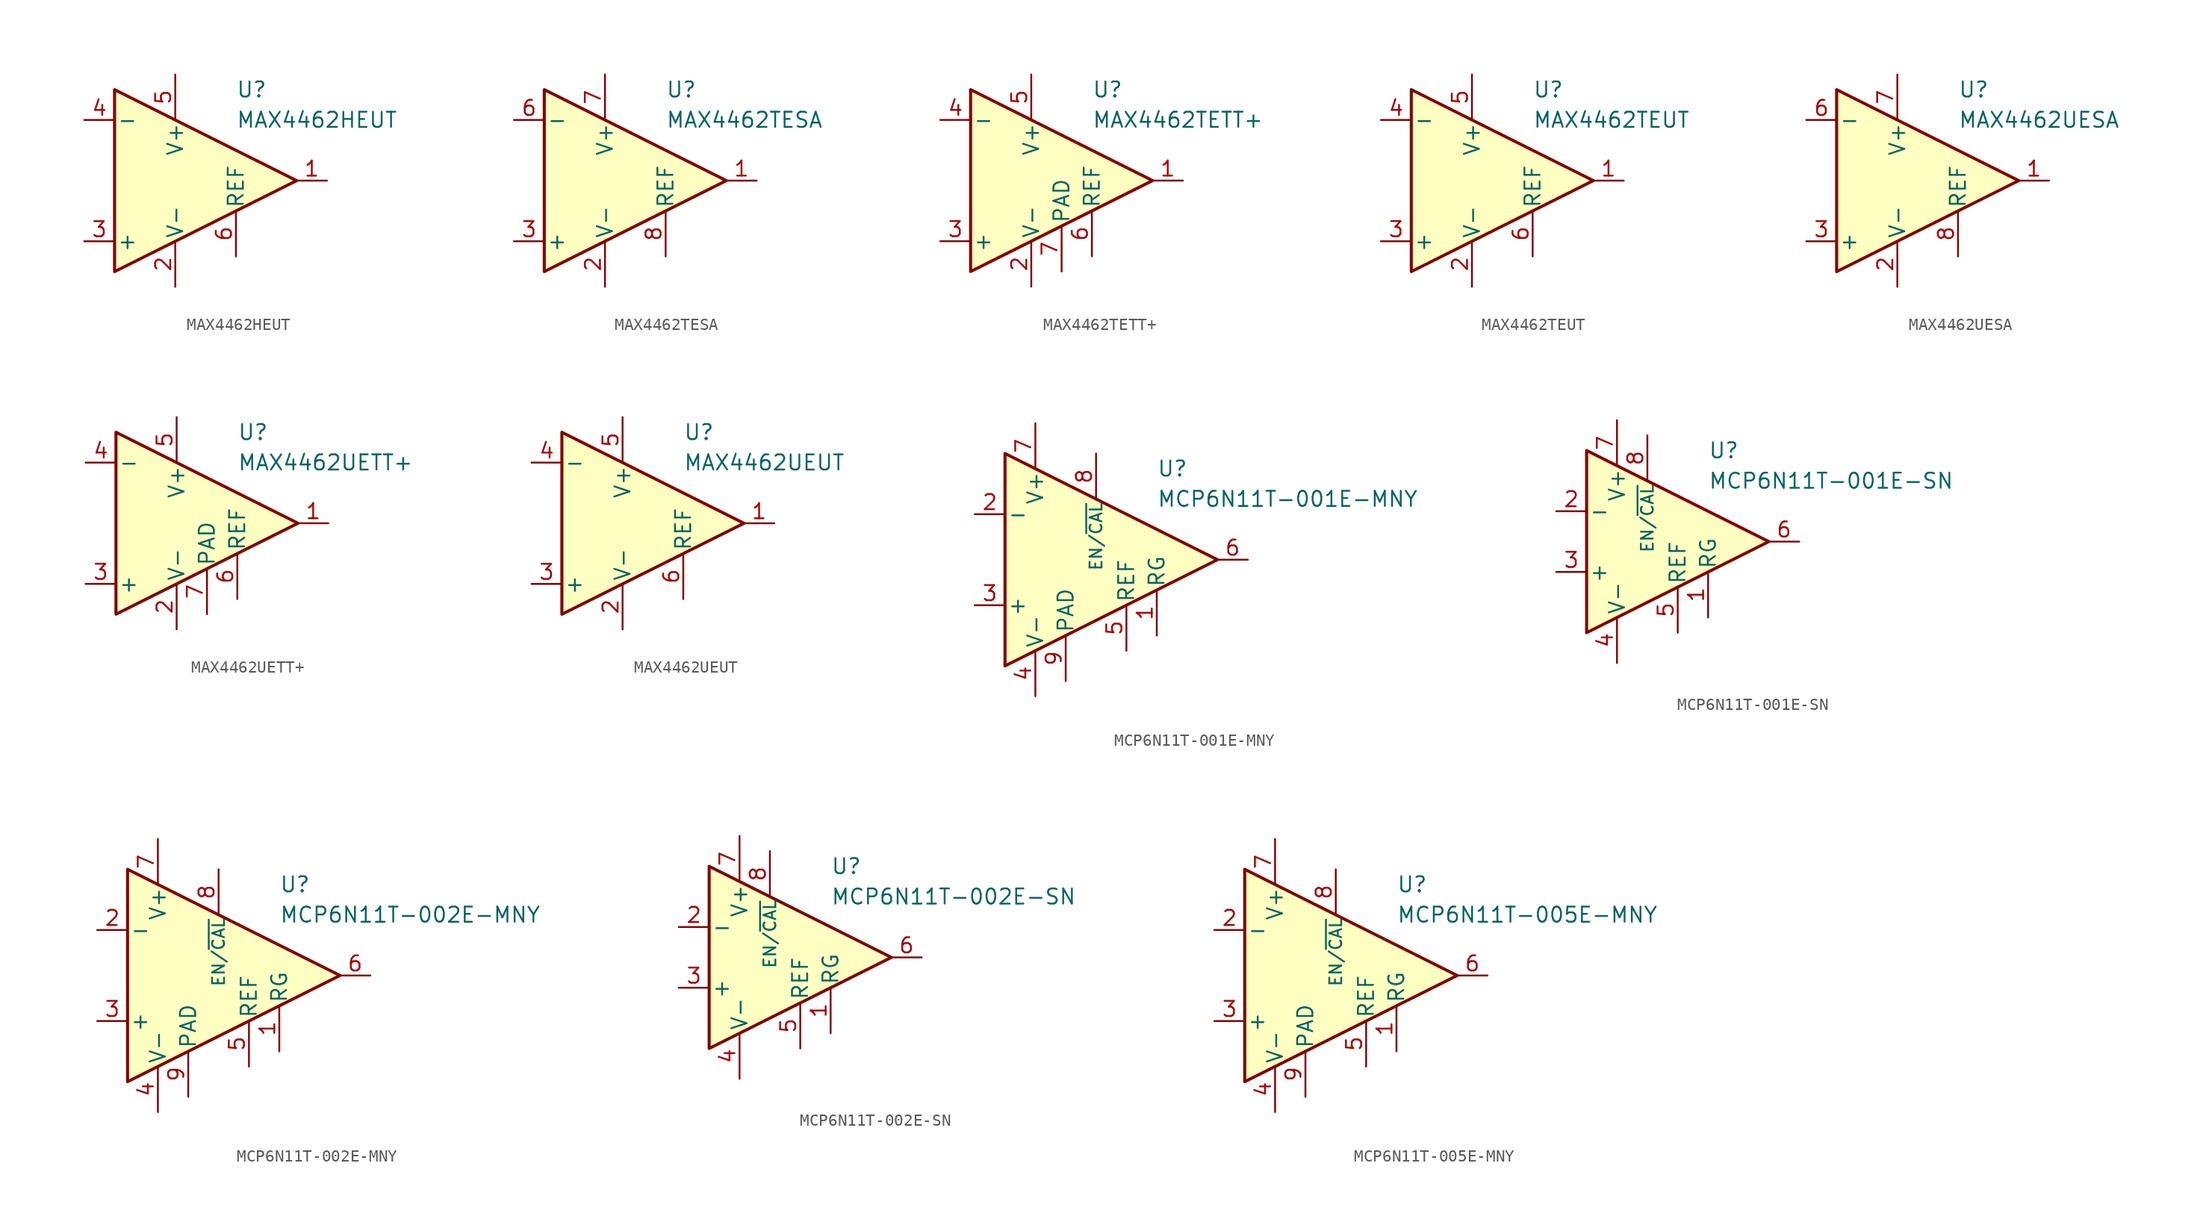
<source format=kicad_sym>
(kicad_symbol_lib
  (version 20231120)
  (generator "kicad_symbol_editor")
  (generator_version "8.0")
  (symbol "MAX4462HEUT"
    (pin_names
      (offset 0.2))
    (property "Reference" "U"
      (at 6.35 7.62 0)
      (effects (font (size 1.27 1.27)) (justify left)))
    (property "Value" "MAX4462HEUT"
      (at 6.35 5.08 0)
      (effects (font (size 1.27 1.27)) (justify left)))
    (symbol "MAX4462HEUT_0_1"
      (polyline (pts (xy -3.81 7.62) (xy -3.81 -7.62) (xy 11.43 0) (xy -3.81 7.62)) (stroke (width 0.254) (type default)) (fill (type background))))
    (symbol "MAX4462HEUT_1_1"
      (pin output line (at 13.97 0 180) (length 2.54) (name "~" (effects (font (size 1.27 1.27)))) (number "1" (effects (font (size 1.27 1.27)))))
      (pin power_in line (at 1.27 -8.89 90) (length 3.81) (name "V-" (effects (font (size 1.27 1.27)))) (number "2" (effects (font (size 1.27 1.27)))))
      (pin input line (at -6.35 -5.08 0) (length 2.54) (name "+" (effects (font (size 1.27 1.27)))) (number "3" (effects (font (size 1.27 1.27)))))
      (pin input line (at -6.35 5.08 0) (length 2.54) (name "-" (effects (font (size 1.27 1.27)))) (number "4" (effects (font (size 1.27 1.27)))))
      (pin power_in line (at 1.27 8.89 270) (length 3.81) (name "V+" (effects (font (size 1.27 1.27)))) (number "5" (effects (font (size 1.27 1.27)))))
      (pin input line (at 6.35 -6.35 90) (length 3.81) (name "REF" (effects (font (size 1.27 1.27)))) (number "6" (effects (font (size 1.27 1.27)))))))
  (symbol "MAX4462TESA"
    (pin_names
      (offset 0.2))
    (property "Reference" "U"
      (at 6.35 7.62 0)
      (effects (font (size 1.27 1.27)) (justify left)))
    (property "Value" "MAX4462TESA"
      (at 6.35 5.08 0)
      (effects (font (size 1.27 1.27)) (justify left)))
    (symbol "MAX4462TESA_0_1"
      (polyline (pts (xy -3.81 7.62) (xy -3.81 -7.62) (xy 11.43 0) (xy -3.81 7.62)) (stroke (width 0.254) (type default)) (fill (type background))))
    (symbol "MAX4462TESA_1_1"
      (pin output line (at 13.97 0 180) (length 2.54) (name "~" (effects (font (size 1.27 1.27)))) (number "1" (effects (font (size 1.27 1.27)))))
      (pin power_in line (at 1.27 -8.89 90) (length 3.81) (name "V-" (effects (font (size 1.27 1.27)))) (number "2" (effects (font (size 1.27 1.27)))))
      (pin input line (at -6.35 -5.08 0) (length 2.54) (name "+" (effects (font (size 1.27 1.27)))) (number "3" (effects (font (size 1.27 1.27)))))
      (pin free line (at -1.27 1.27 0) (length 2.54) hide (name "NC" (effects (font (size 1.27 1.27)))) (number "4" (effects (font (size 1.27 1.27)))))
      (pin free line (at -1.27 -1.27 0) (length 2.54) hide (name "NC" (effects (font (size 1.27 1.27)))) (number "5" (effects (font (size 1.27 1.27)))))
      (pin input line (at -6.35 5.08 0) (length 2.54) (name "-" (effects (font (size 1.27 1.27)))) (number "6" (effects (font (size 1.27 1.27)))))
      (pin power_in line (at 1.27 8.89 270) (length 3.81) (name "V+" (effects (font (size 1.27 1.27)))) (number "7" (effects (font (size 1.27 1.27)))))
      (pin input line (at 6.35 -6.35 90) (length 3.81) (name "REF" (effects (font (size 1.27 1.27)))) (number "8" (effects (font (size 1.27 1.27)))))))
  (symbol "MAX4462TETT+"
    (pin_names
      (offset 0.2))
    (property "Reference" "U"
      (at 6.35 7.62 0)
      (effects (font (size 1.27 1.27)) (justify left)))
    (property "Value" "MAX4462TETT+"
      (at 6.35 5.08 0)
      (effects (font (size 1.27 1.27)) (justify left)))
    (symbol "MAX4462TETT+_0_1"
      (polyline (pts (xy -3.81 7.62) (xy -3.81 -7.62) (xy 11.43 0) (xy -3.81 7.62)) (stroke (width 0.254) (type default)) (fill (type background))))
    (symbol "MAX4462TETT+_1_1"
      (pin output line (at 13.97 0 180) (length 2.54) (name "~" (effects (font (size 1.27 1.27)))) (number "1" (effects (font (size 1.27 1.27)))))
      (pin power_in line (at 1.27 -8.89 90) (length 3.81) (name "V-" (effects (font (size 1.27 1.27)))) (number "2" (effects (font (size 1.27 1.27)))))
      (pin input line (at -6.35 -5.08 0) (length 2.54) (name "+" (effects (font (size 1.27 1.27)))) (number "3" (effects (font (size 1.27 1.27)))))
      (pin input line (at -6.35 5.08 0) (length 2.54) (name "-" (effects (font (size 1.27 1.27)))) (number "4" (effects (font (size 1.27 1.27)))))
      (pin power_in line (at 1.27 8.89 270) (length 3.81) (name "V+" (effects (font (size 1.27 1.27)))) (number "5" (effects (font (size 1.27 1.27)))))
      (pin input line (at 6.35 -6.35 90) (length 3.81) (name "REF" (effects (font (size 1.27 1.27)))) (number "6" (effects (font (size 1.27 1.27)))))
      (pin power_in line (at 3.81 -7.62 90) (length 3.81) (name "PAD" (effects (font (size 1.27 1.27)))) (number "7" (effects (font (size 1.27 1.27)))))))
  (symbol "MAX4462TEUT"
    (pin_names
      (offset 0.2))
    (property "Reference" "U"
      (at 6.35 7.62 0)
      (effects (font (size 1.27 1.27)) (justify left)))
    (property "Value" "MAX4462TEUT"
      (at 6.35 5.08 0)
      (effects (font (size 1.27 1.27)) (justify left)))
    (symbol "MAX4462TEUT_0_1"
      (polyline (pts (xy -3.81 7.62) (xy -3.81 -7.62) (xy 11.43 0) (xy -3.81 7.62)) (stroke (width 0.254) (type default)) (fill (type background))))
    (symbol "MAX4462TEUT_1_1"
      (pin output line (at 13.97 0 180) (length 2.54) (name "~" (effects (font (size 1.27 1.27)))) (number "1" (effects (font (size 1.27 1.27)))))
      (pin power_in line (at 1.27 -8.89 90) (length 3.81) (name "V-" (effects (font (size 1.27 1.27)))) (number "2" (effects (font (size 1.27 1.27)))))
      (pin input line (at -6.35 -5.08 0) (length 2.54) (name "+" (effects (font (size 1.27 1.27)))) (number "3" (effects (font (size 1.27 1.27)))))
      (pin input line (at -6.35 5.08 0) (length 2.54) (name "-" (effects (font (size 1.27 1.27)))) (number "4" (effects (font (size 1.27 1.27)))))
      (pin power_in line (at 1.27 8.89 270) (length 3.81) (name "V+" (effects (font (size 1.27 1.27)))) (number "5" (effects (font (size 1.27 1.27)))))
      (pin input line (at 6.35 -6.35 90) (length 3.81) (name "REF" (effects (font (size 1.27 1.27)))) (number "6" (effects (font (size 1.27 1.27)))))))
  (symbol "MAX4462UESA"
    (pin_names
      (offset 0.2))
    (property "Reference" "U"
      (at 6.35 7.62 0)
      (effects (font (size 1.27 1.27)) (justify left)))
    (property "Value" "MAX4462UESA"
      (at 6.35 5.08 0)
      (effects (font (size 1.27 1.27)) (justify left)))
    (symbol "MAX4462UESA_0_1"
      (polyline (pts (xy -3.81 7.62) (xy -3.81 -7.62) (xy 11.43 0) (xy -3.81 7.62)) (stroke (width 0.254) (type default)) (fill (type background))))
    (symbol "MAX4462UESA_1_1"
      (pin output line (at 13.97 0 180) (length 2.54) (name "~" (effects (font (size 1.27 1.27)))) (number "1" (effects (font (size 1.27 1.27)))))
      (pin power_in line (at 1.27 -8.89 90) (length 3.81) (name "V-" (effects (font (size 1.27 1.27)))) (number "2" (effects (font (size 1.27 1.27)))))
      (pin input line (at -6.35 -5.08 0) (length 2.54) (name "+" (effects (font (size 1.27 1.27)))) (number "3" (effects (font (size 1.27 1.27)))))
      (pin free line (at -1.27 1.27 0) (length 2.54) hide (name "NC" (effects (font (size 1.27 1.27)))) (number "4" (effects (font (size 1.27 1.27)))))
      (pin free line (at -1.27 -1.27 0) (length 2.54) hide (name "NC" (effects (font (size 1.27 1.27)))) (number "5" (effects (font (size 1.27 1.27)))))
      (pin input line (at -6.35 5.08 0) (length 2.54) (name "-" (effects (font (size 1.27 1.27)))) (number "6" (effects (font (size 1.27 1.27)))))
      (pin power_in line (at 1.27 8.89 270) (length 3.81) (name "V+" (effects (font (size 1.27 1.27)))) (number "7" (effects (font (size 1.27 1.27)))))
      (pin input line (at 6.35 -6.35 90) (length 3.81) (name "REF" (effects (font (size 1.27 1.27)))) (number "8" (effects (font (size 1.27 1.27)))))))
  (symbol "MAX4462UETT+"
    (pin_names
      (offset 0.2))
    (property "Reference" "U"
      (at 6.35 7.62 0)
      (effects (font (size 1.27 1.27)) (justify left)))
    (property "Value" "MAX4462UETT+"
      (at 6.35 5.08 0)
      (effects (font (size 1.27 1.27)) (justify left)))
    (symbol "MAX4462UETT+_0_1"
      (polyline (pts (xy -3.81 7.62) (xy -3.81 -7.62) (xy 11.43 0) (xy -3.81 7.62)) (stroke (width 0.254) (type default)) (fill (type background))))
    (symbol "MAX4462UETT+_1_1"
      (pin output line (at 13.97 0 180) (length 2.54) (name "~" (effects (font (size 1.27 1.27)))) (number "1" (effects (font (size 1.27 1.27)))))
      (pin power_in line (at 1.27 -8.89 90) (length 3.81) (name "V-" (effects (font (size 1.27 1.27)))) (number "2" (effects (font (size 1.27 1.27)))))
      (pin input line (at -6.35 -5.08 0) (length 2.54) (name "+" (effects (font (size 1.27 1.27)))) (number "3" (effects (font (size 1.27 1.27)))))
      (pin input line (at -6.35 5.08 0) (length 2.54) (name "-" (effects (font (size 1.27 1.27)))) (number "4" (effects (font (size 1.27 1.27)))))
      (pin power_in line (at 1.27 8.89 270) (length 3.81) (name "V+" (effects (font (size 1.27 1.27)))) (number "5" (effects (font (size 1.27 1.27)))))
      (pin input line (at 6.35 -6.35 90) (length 3.81) (name "REF" (effects (font (size 1.27 1.27)))) (number "6" (effects (font (size 1.27 1.27)))))
      (pin power_in line (at 3.81 -7.62 90) (length 3.81) (name "PAD" (effects (font (size 1.27 1.27)))) (number "7" (effects (font (size 1.27 1.27)))))))
  (symbol "MAX4462UEUT"
    (pin_names
      (offset 0.2))
    (property "Reference" "U"
      (at 6.35 7.62 0)
      (effects (font (size 1.27 1.27)) (justify left)))
    (property "Value" "MAX4462UEUT"
      (at 6.35 5.08 0)
      (effects (font (size 1.27 1.27)) (justify left)))
    (symbol "MAX4462UEUT_0_1"
      (polyline (pts (xy -3.81 7.62) (xy -3.81 -7.62) (xy 11.43 0) (xy -3.81 7.62)) (stroke (width 0.254) (type default)) (fill (type background))))
    (symbol "MAX4462UEUT_1_1"
      (pin output line (at 13.97 0 180) (length 2.54) (name "~" (effects (font (size 1.27 1.27)))) (number "1" (effects (font (size 1.27 1.27)))))
      (pin power_in line (at 1.27 -8.89 90) (length 3.81) (name "V-" (effects (font (size 1.27 1.27)))) (number "2" (effects (font (size 1.27 1.27)))))
      (pin input line (at -6.35 -5.08 0) (length 2.54) (name "+" (effects (font (size 1.27 1.27)))) (number "3" (effects (font (size 1.27 1.27)))))
      (pin input line (at -6.35 5.08 0) (length 2.54) (name "-" (effects (font (size 1.27 1.27)))) (number "4" (effects (font (size 1.27 1.27)))))
      (pin power_in line (at 1.27 8.89 270) (length 3.81) (name "V+" (effects (font (size 1.27 1.27)))) (number "5" (effects (font (size 1.27 1.27)))))
      (pin input line (at 6.35 -6.35 90) (length 3.81) (name "REF" (effects (font (size 1.27 1.27)))) (number "6" (effects (font (size 1.27 1.27)))))))
  (symbol "MCP6N11T-001E-MNY"
    (pin_names
      (offset 0.2))
    (property "Reference" "U"
      (at 6.35 7.62 0)
      (effects (font (size 1.27 1.27)) (justify left)))
    (property "Value" "MCP6N11T-001E-MNY"
      (at 6.35 5.08 0)
      (effects (font (size 1.27 1.27)) (justify left)))
    (symbol "MCP6N11T-001E-MNY_0_1"
      (polyline (pts (xy -6.35 8.89) (xy -6.35 -8.89) (xy 11.43 0) (xy -6.35 8.89)) (stroke (width 0.254) (type default)) (fill (type background))))
    (symbol "MCP6N11T-001E-MNY_1_1"
      (pin passive line (at 6.35 -6.35 90) (length 3.81) (name "RG" (effects (font (size 1.27 1.27)))) (number "1" (effects (font (size 1.27 1.27)))))
      (pin input line (at -8.89 3.81 0) (length 2.54) (name "-" (effects (font (size 1.27 1.27)))) (number "2" (effects (font (size 1.27 1.27)))))
      (pin input line (at -8.89 -3.81 0) (length 2.54) (name "+" (effects (font (size 1.27 1.27)))) (number "3" (effects (font (size 1.27 1.27)))))
      (pin power_in line (at -3.81 -11.43 90) (length 3.81) (name "V-" (effects (font (size 1.27 1.27)))) (number "4" (effects (font (size 1.27 1.27)))))
      (pin input line (at 3.81 -7.62 90) (length 3.81) (name "REF" (effects (font (size 1.27 1.27)))) (number "5" (effects (font (size 1.27 1.27)))))
      (pin output line (at 13.97 0 180) (length 2.54) (name "~" (effects (font (size 1.27 1.27)))) (number "6" (effects (font (size 1.27 1.27)))))
      (pin power_in line (at -3.81 11.43 270) (length 3.81) (name "V+" (effects (font (size 1.27 1.27)))) (number "7" (effects (font (size 1.27 1.27)))))
      (pin input line (at 1.27 8.89 270) (length 3.81) (name "EN/~{CAL}" (effects (font (size 1 1)))) (number "8" (effects (font (size 1.27 1.27)))))
      (pin power_in line (at -1.27 -10.16 90) (length 3.81) (name "PAD" (effects (font (size 1.27 1.27)))) (number "9" (effects (font (size 1.27 1.27)))))))
  (symbol "MCP6N11T-001E-SN"
    (pin_names
      (offset 0.2))
    (property "Reference" "U"
      (at 3.81 7.62 0)
      (effects (font (size 1.27 1.27)) (justify left)))
    (property "Value" "MCP6N11T-001E-SN"
      (at 3.81 5.08 0)
      (effects (font (size 1.27 1.27)) (justify left)))
    (symbol "MCP6N11T-001E-SN_0_1"
      (polyline (pts (xy -6.35 7.62) (xy -6.35 -7.62) (xy 8.89 0) (xy -6.35 7.62)) (stroke (width 0.254) (type default)) (fill (type background))))
    (symbol "MCP6N11T-001E-SN_1_1"
      (pin passive line (at 3.81 -6.35 90) (length 3.81) (name "RG" (effects (font (size 1.27 1.27)))) (number "1" (effects (font (size 1.27 1.27)))))
      (pin input line (at -8.89 2.54 0) (length 2.54) (name "-" (effects (font (size 1.27 1.27)))) (number "2" (effects (font (size 1.27 1.27)))))
      (pin input line (at -8.89 -2.54 0) (length 2.54) (name "+" (effects (font (size 1.27 1.27)))) (number "3" (effects (font (size 1.27 1.27)))))
      (pin power_in line (at -3.81 -10.16 90) (length 3.81) (name "V-" (effects (font (size 1.27 1.27)))) (number "4" (effects (font (size 1.27 1.27)))))
      (pin input line (at 1.27 -7.62 90) (length 3.81) (name "REF" (effects (font (size 1.27 1.27)))) (number "5" (effects (font (size 1.27 1.27)))))
      (pin output line (at 11.43 0 180) (length 2.54) (name "~" (effects (font (size 1.27 1.27)))) (number "6" (effects (font (size 1.27 1.27)))))
      (pin power_in line (at -3.81 10.16 270) (length 3.81) (name "V+" (effects (font (size 1.27 1.27)))) (number "7" (effects (font (size 1.27 1.27)))))
      (pin input line (at -1.27 8.89 270) (length 3.81) (name "EN/~{CAL}" (effects (font (size 1 1)))) (number "8" (effects (font (size 1.27 1.27)))))))
  (symbol "MCP6N11T-002E-MNY"
    (pin_names
      (offset 0.2))
    (property "Reference" "U"
      (at 6.35 7.62 0)
      (effects (font (size 1.27 1.27)) (justify left)))
    (property "Value" "MCP6N11T-002E-MNY"
      (at 6.35 5.08 0)
      (effects (font (size 1.27 1.27)) (justify left)))
    (symbol "MCP6N11T-002E-MNY_0_1"
      (polyline (pts (xy -6.35 8.89) (xy -6.35 -8.89) (xy 11.43 0) (xy -6.35 8.89)) (stroke (width 0.254) (type default)) (fill (type background))))
    (symbol "MCP6N11T-002E-MNY_1_1"
      (pin passive line (at 6.35 -6.35 90) (length 3.81) (name "RG" (effects (font (size 1.27 1.27)))) (number "1" (effects (font (size 1.27 1.27)))))
      (pin input line (at -8.89 3.81 0) (length 2.54) (name "-" (effects (font (size 1.27 1.27)))) (number "2" (effects (font (size 1.27 1.27)))))
      (pin input line (at -8.89 -3.81 0) (length 2.54) (name "+" (effects (font (size 1.27 1.27)))) (number "3" (effects (font (size 1.27 1.27)))))
      (pin power_in line (at -3.81 -11.43 90) (length 3.81) (name "V-" (effects (font (size 1.27 1.27)))) (number "4" (effects (font (size 1.27 1.27)))))
      (pin input line (at 3.81 -7.62 90) (length 3.81) (name "REF" (effects (font (size 1.27 1.27)))) (number "5" (effects (font (size 1.27 1.27)))))
      (pin output line (at 13.97 0 180) (length 2.54) (name "~" (effects (font (size 1.27 1.27)))) (number "6" (effects (font (size 1.27 1.27)))))
      (pin power_in line (at -3.81 11.43 270) (length 3.81) (name "V+" (effects (font (size 1.27 1.27)))) (number "7" (effects (font (size 1.27 1.27)))))
      (pin input line (at 1.27 8.89 270) (length 3.81) (name "EN/~{CAL}" (effects (font (size 1 1)))) (number "8" (effects (font (size 1.27 1.27)))))
      (pin power_in line (at -1.27 -10.16 90) (length 3.81) (name "PAD" (effects (font (size 1.27 1.27)))) (number "9" (effects (font (size 1.27 1.27)))))))
  (symbol "MCP6N11T-002E-SN"
    (pin_names
      (offset 0.2))
    (property "Reference" "U"
      (at 3.81 7.62 0)
      (effects (font (size 1.27 1.27)) (justify left)))
    (property "Value" "MCP6N11T-002E-SN"
      (at 3.81 5.08 0)
      (effects (font (size 1.27 1.27)) (justify left)))
    (symbol "MCP6N11T-002E-SN_0_1"
      (polyline (pts (xy -6.35 7.62) (xy -6.35 -7.62) (xy 8.89 0) (xy -6.35 7.62)) (stroke (width 0.254) (type default)) (fill (type background))))
    (symbol "MCP6N11T-002E-SN_1_1"
      (pin passive line (at 3.81 -6.35 90) (length 3.81) (name "RG" (effects (font (size 1.27 1.27)))) (number "1" (effects (font (size 1.27 1.27)))))
      (pin input line (at -8.89 2.54 0) (length 2.54) (name "-" (effects (font (size 1.27 1.27)))) (number "2" (effects (font (size 1.27 1.27)))))
      (pin input line (at -8.89 -2.54 0) (length 2.54) (name "+" (effects (font (size 1.27 1.27)))) (number "3" (effects (font (size 1.27 1.27)))))
      (pin power_in line (at -3.81 -10.16 90) (length 3.81) (name "V-" (effects (font (size 1.27 1.27)))) (number "4" (effects (font (size 1.27 1.27)))))
      (pin input line (at 1.27 -7.62 90) (length 3.81) (name "REF" (effects (font (size 1.27 1.27)))) (number "5" (effects (font (size 1.27 1.27)))))
      (pin output line (at 11.43 0 180) (length 2.54) (name "~" (effects (font (size 1.27 1.27)))) (number "6" (effects (font (size 1.27 1.27)))))
      (pin power_in line (at -3.81 10.16 270) (length 3.81) (name "V+" (effects (font (size 1.27 1.27)))) (number "7" (effects (font (size 1.27 1.27)))))
      (pin input line (at -1.27 8.89 270) (length 3.81) (name "EN/~{CAL}" (effects (font (size 1 1)))) (number "8" (effects (font (size 1.27 1.27)))))))
  (symbol "MCP6N11T-005E-MNY"
    (pin_names
      (offset 0.2))
    (property "Reference" "U"
      (at 6.35 7.62 0)
      (effects (font (size 1.27 1.27)) (justify left)))
    (property "Value" "MCP6N11T-005E-MNY"
      (at 6.35 5.08 0)
      (effects (font (size 1.27 1.27)) (justify left)))
    (symbol "MCP6N11T-005E-MNY_0_1"
      (polyline (pts (xy -6.35 8.89) (xy -6.35 -8.89) (xy 11.43 0) (xy -6.35 8.89)) (stroke (width 0.254) (type default)) (fill (type background))))
    (symbol "MCP6N11T-005E-MNY_1_1"
      (pin passive line (at 6.35 -6.35 90) (length 3.81) (name "RG" (effects (font (size 1.27 1.27)))) (number "1" (effects (font (size 1.27 1.27)))))
      (pin input line (at -8.89 3.81 0) (length 2.54) (name "-" (effects (font (size 1.27 1.27)))) (number "2" (effects (font (size 1.27 1.27)))))
      (pin input line (at -8.89 -3.81 0) (length 2.54) (name "+" (effects (font (size 1.27 1.27)))) (number "3" (effects (font (size 1.27 1.27)))))
      (pin power_in line (at -3.81 -11.43 90) (length 3.81) (name "V-" (effects (font (size 1.27 1.27)))) (number "4" (effects (font (size 1.27 1.27)))))
      (pin input line (at 3.81 -7.62 90) (length 3.81) (name "REF" (effects (font (size 1.27 1.27)))) (number "5" (effects (font (size 1.27 1.27)))))
      (pin output line (at 13.97 0 180) (length 2.54) (name "~" (effects (font (size 1.27 1.27)))) (number "6" (effects (font (size 1.27 1.27)))))
      (pin power_in line (at -3.81 11.43 270) (length 3.81) (name "V+" (effects (font (size 1.27 1.27)))) (number "7" (effects (font (size 1.27 1.27)))))
      (pin input line (at 1.27 8.89 270) (length 3.81) (name "EN/~{CAL}" (effects (font (size 1 1)))) (number "8" (effects (font (size 1.27 1.27)))))
      (pin power_in line (at -1.27 -10.16 90) (length 3.81) (name "PAD" (effects (font (size 1.27 1.27)))) (number "9" (effects (font (size 1.27 1.27))))))))
</source>
